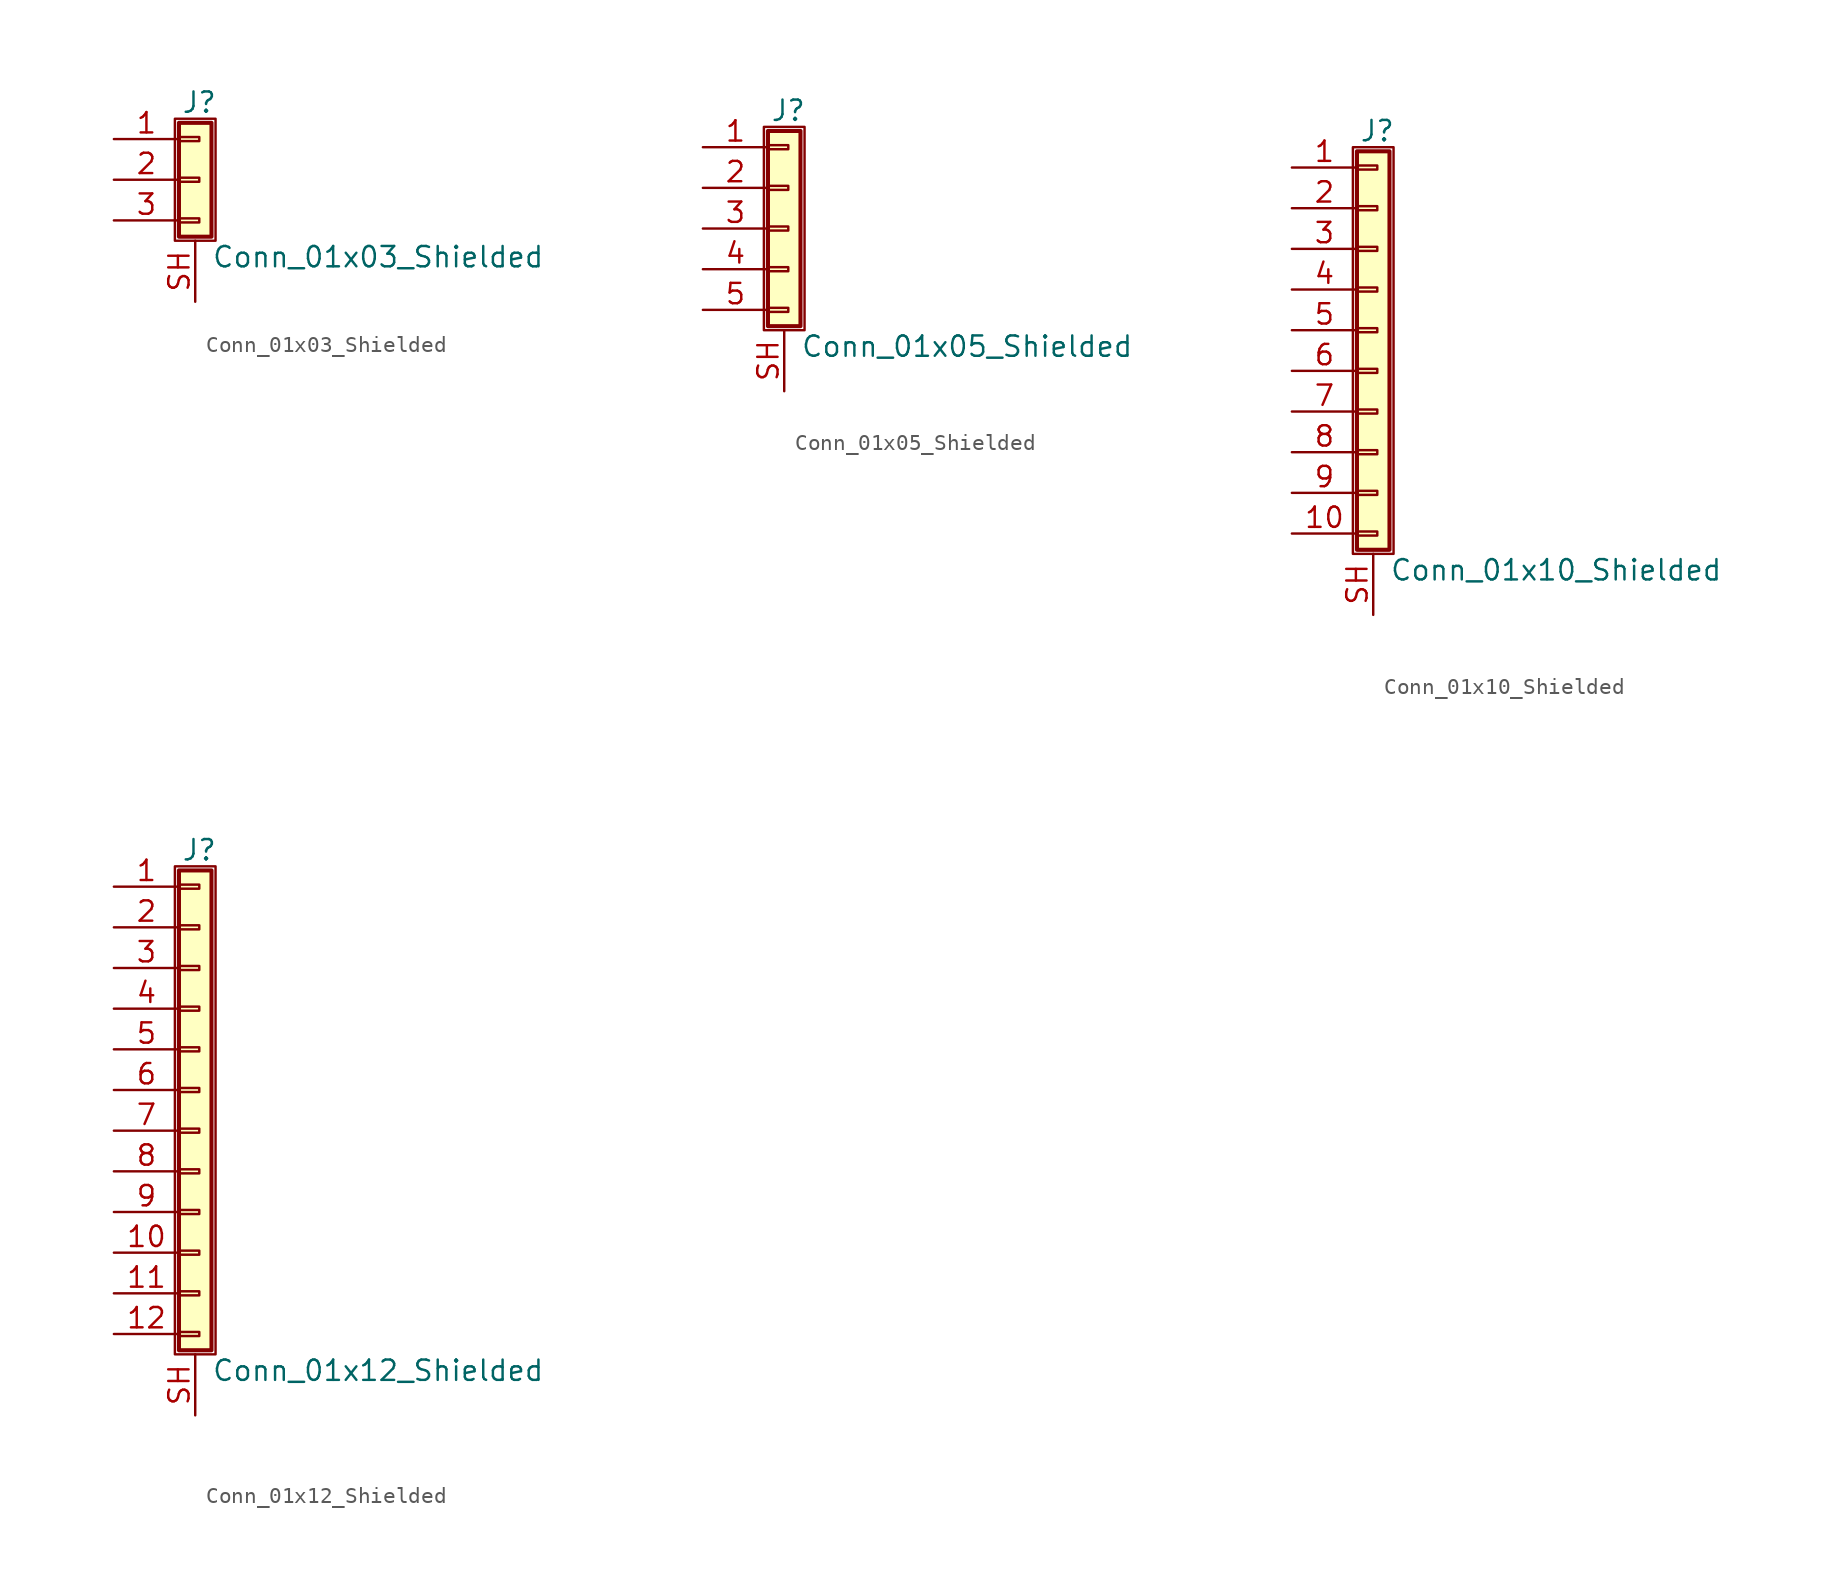
<source format=kicad_sym>
(kicad_symbol_lib
  (version 20220914)
  (generator kicad_symbol_editor)
  (symbol "Conn_01x03_Shielded"
    (pin_names
      (offset 1.016) hide)
    (property "Reference" "J"
      (at 0.254 4.826 0)
      (effects (font (size 1.27 1.27))))
    (property "Value" "Conn_01x03_Shielded"
      (at 1.016 -4.826 0)
      (effects (font (size 1.27 1.27)) (justify left)))
    (symbol "Conn_01x03_Shielded_1_1"
      (rectangle (start -1.27 3.81) (end 1.27 -3.81) (stroke (width 0.152) (type default)) (fill (type none)))
      (rectangle (start -1.016 -2.413) (end 0.254 -2.667) (stroke (width 0.152) (type default)) (fill (type none)))
      (rectangle (start -1.016 0.127) (end 0.254 -0.127) (stroke (width 0.152) (type default)) (fill (type none)))
      (rectangle (start -1.016 2.667) (end 0.254 2.413) (stroke (width 0.152) (type default)) (fill (type none)))
      (rectangle (start -1.016 3.556) (end 1.016 -3.556) (stroke (width 0.254) (type default)) (fill (type background)))
      (pin passive line (at -5.08 2.54 0) (length 4.064) (name "Pin_1" (effects (font (size 1.27 1.27)))) (number "1" (effects (font (size 1.27 1.27)))))
      (pin passive line (at -5.08 0 0) (length 4.064) (name "Pin_2" (effects (font (size 1.27 1.27)))) (number "2" (effects (font (size 1.27 1.27)))))
      (pin passive line (at -5.08 -2.54 0) (length 4.064) (name "Pin_3" (effects (font (size 1.27 1.27)))) (number "3" (effects (font (size 1.27 1.27)))))
      (pin passive line (at 0 -7.62 90) (length 3.81) (name "Shield" (effects (font (size 1.27 1.27)))) (number "SH" (effects (font (size 1.27 1.27)))))))
  (symbol "Conn_01x05_Shielded"
    (pin_names
      (offset 1.016) hide)
    (property "Reference" "J"
      (at 0.254 7.366 0)
      (effects (font (size 1.27 1.27))))
    (property "Value" "Conn_01x05_Shielded"
      (at 1.016 -7.366 0)
      (effects (font (size 1.27 1.27)) (justify left)))
    (symbol "Conn_01x05_Shielded_1_1"
      (rectangle (start -1.27 6.35) (end 1.27 -6.35) (stroke (width 0.152) (type default)) (fill (type none)))
      (rectangle (start -1.016 -4.953) (end 0.254 -5.207) (stroke (width 0.152) (type default)) (fill (type none)))
      (rectangle (start -1.016 -2.413) (end 0.254 -2.667) (stroke (width 0.152) (type default)) (fill (type none)))
      (rectangle (start -1.016 0.127) (end 0.254 -0.127) (stroke (width 0.152) (type default)) (fill (type none)))
      (rectangle (start -1.016 2.667) (end 0.254 2.413) (stroke (width 0.152) (type default)) (fill (type none)))
      (rectangle (start -1.016 5.207) (end 0.254 4.953) (stroke (width 0.152) (type default)) (fill (type none)))
      (rectangle (start -1.016 6.096) (end 1.016 -6.096) (stroke (width 0.254) (type default)) (fill (type background)))
      (pin passive line (at -5.08 5.08 0) (length 4.064) (name "Pin_1" (effects (font (size 1.27 1.27)))) (number "1" (effects (font (size 1.27 1.27)))))
      (pin passive line (at -5.08 2.54 0) (length 4.064) (name "Pin_2" (effects (font (size 1.27 1.27)))) (number "2" (effects (font (size 1.27 1.27)))))
      (pin passive line (at -5.08 0 0) (length 4.064) (name "Pin_3" (effects (font (size 1.27 1.27)))) (number "3" (effects (font (size 1.27 1.27)))))
      (pin passive line (at -5.08 -2.54 0) (length 4.064) (name "Pin_4" (effects (font (size 1.27 1.27)))) (number "4" (effects (font (size 1.27 1.27)))))
      (pin passive line (at -5.08 -5.08 0) (length 4.064) (name "Pin_5" (effects (font (size 1.27 1.27)))) (number "5" (effects (font (size 1.27 1.27)))))
      (pin passive line (at 0 -10.16 90) (length 3.81) (name "Shield" (effects (font (size 1.27 1.27)))) (number "SH" (effects (font (size 1.27 1.27)))))))
  (symbol "Conn_01x10_Shielded"
    (pin_names
      (offset 1.016) hide)
    (property "Reference" "J"
      (at 0.254 12.446 0)
      (effects (font (size 1.27 1.27))))
    (property "Value" "Conn_01x10_Shielded"
      (at 1.016 -14.986 0)
      (effects (font (size 1.27 1.27)) (justify left)))
    (symbol "Conn_01x10_Shielded_1_1"
      (rectangle (start -1.27 11.43) (end 1.27 -13.97) (stroke (width 0.152) (type default)) (fill (type none)))
      (rectangle (start -1.016 -12.573) (end 0.254 -12.827) (stroke (width 0.152) (type default)) (fill (type none)))
      (rectangle (start -1.016 -10.033) (end 0.254 -10.287) (stroke (width 0.152) (type default)) (fill (type none)))
      (rectangle (start -1.016 -7.493) (end 0.254 -7.747) (stroke (width 0.152) (type default)) (fill (type none)))
      (rectangle (start -1.016 -4.953) (end 0.254 -5.207) (stroke (width 0.152) (type default)) (fill (type none)))
      (rectangle (start -1.016 -2.413) (end 0.254 -2.667) (stroke (width 0.152) (type default)) (fill (type none)))
      (rectangle (start -1.016 0.127) (end 0.254 -0.127) (stroke (width 0.152) (type default)) (fill (type none)))
      (rectangle (start -1.016 2.667) (end 0.254 2.413) (stroke (width 0.152) (type default)) (fill (type none)))
      (rectangle (start -1.016 5.207) (end 0.254 4.953) (stroke (width 0.152) (type default)) (fill (type none)))
      (rectangle (start -1.016 7.747) (end 0.254 7.493) (stroke (width 0.152) (type default)) (fill (type none)))
      (rectangle (start -1.016 10.287) (end 0.254 10.033) (stroke (width 0.152) (type default)) (fill (type none)))
      (rectangle (start -1.016 11.176) (end 1.016 -13.716) (stroke (width 0.254) (type default)) (fill (type background)))
      (pin passive line (at -5.08 10.16 0) (length 4.064) (name "Pin_1" (effects (font (size 1.27 1.27)))) (number "1" (effects (font (size 1.27 1.27)))))
      (pin passive line (at -5.08 -12.7 0) (length 4.064) (name "Pin_10" (effects (font (size 1.27 1.27)))) (number "10" (effects (font (size 1.27 1.27)))))
      (pin passive line (at -5.08 7.62 0) (length 4.064) (name "Pin_2" (effects (font (size 1.27 1.27)))) (number "2" (effects (font (size 1.27 1.27)))))
      (pin passive line (at -5.08 5.08 0) (length 4.064) (name "Pin_3" (effects (font (size 1.27 1.27)))) (number "3" (effects (font (size 1.27 1.27)))))
      (pin passive line (at -5.08 2.54 0) (length 4.064) (name "Pin_4" (effects (font (size 1.27 1.27)))) (number "4" (effects (font (size 1.27 1.27)))))
      (pin passive line (at -5.08 0 0) (length 4.064) (name "Pin_5" (effects (font (size 1.27 1.27)))) (number "5" (effects (font (size 1.27 1.27)))))
      (pin passive line (at -5.08 -2.54 0) (length 4.064) (name "Pin_6" (effects (font (size 1.27 1.27)))) (number "6" (effects (font (size 1.27 1.27)))))
      (pin passive line (at -5.08 -5.08 0) (length 4.064) (name "Pin_7" (effects (font (size 1.27 1.27)))) (number "7" (effects (font (size 1.27 1.27)))))
      (pin passive line (at -5.08 -7.62 0) (length 4.064) (name "Pin_8" (effects (font (size 1.27 1.27)))) (number "8" (effects (font (size 1.27 1.27)))))
      (pin passive line (at -5.08 -10.16 0) (length 4.064) (name "Pin_9" (effects (font (size 1.27 1.27)))) (number "9" (effects (font (size 1.27 1.27)))))
      (pin passive line (at 0 -17.78 90) (length 3.81) (name "Shield" (effects (font (size 1.27 1.27)))) (number "SH" (effects (font (size 1.27 1.27)))))))
  (symbol "Conn_01x12_Shielded"
    (pin_names
      (offset 1.016) hide)
    (property "Reference" "J"
      (at 0.254 14.986 0)
      (effects (font (size 1.27 1.27))))
    (property "Value" "Conn_01x12_Shielded"
      (at 1.016 -17.526 0)
      (effects (font (size 1.27 1.27)) (justify left)))
    (symbol "Conn_01x12_Shielded_1_1"
      (rectangle (start -1.27 13.97) (end 1.27 -16.51) (stroke (width 0.152) (type default)) (fill (type none)))
      (rectangle (start -1.016 -15.113) (end 0.254 -15.367) (stroke (width 0.152) (type default)) (fill (type none)))
      (rectangle (start -1.016 -12.573) (end 0.254 -12.827) (stroke (width 0.152) (type default)) (fill (type none)))
      (rectangle (start -1.016 -10.033) (end 0.254 -10.287) (stroke (width 0.152) (type default)) (fill (type none)))
      (rectangle (start -1.016 -7.493) (end 0.254 -7.747) (stroke (width 0.152) (type default)) (fill (type none)))
      (rectangle (start -1.016 -4.953) (end 0.254 -5.207) (stroke (width 0.152) (type default)) (fill (type none)))
      (rectangle (start -1.016 -2.413) (end 0.254 -2.667) (stroke (width 0.152) (type default)) (fill (type none)))
      (rectangle (start -1.016 0.127) (end 0.254 -0.127) (stroke (width 0.152) (type default)) (fill (type none)))
      (rectangle (start -1.016 2.667) (end 0.254 2.413) (stroke (width 0.152) (type default)) (fill (type none)))
      (rectangle (start -1.016 5.207) (end 0.254 4.953) (stroke (width 0.152) (type default)) (fill (type none)))
      (rectangle (start -1.016 7.747) (end 0.254 7.493) (stroke (width 0.152) (type default)) (fill (type none)))
      (rectangle (start -1.016 10.287) (end 0.254 10.033) (stroke (width 0.152) (type default)) (fill (type none)))
      (rectangle (start -1.016 12.827) (end 0.254 12.573) (stroke (width 0.152) (type default)) (fill (type none)))
      (rectangle (start -1.016 13.716) (end 1.016 -16.256) (stroke (width 0.254) (type default)) (fill (type background)))
      (pin passive line (at -5.08 12.7 0) (length 4.064) (name "Pin_1" (effects (font (size 1.27 1.27)))) (number "1" (effects (font (size 1.27 1.27)))))
      (pin passive line (at -5.08 -10.16 0) (length 4.064) (name "Pin_10" (effects (font (size 1.27 1.27)))) (number "10" (effects (font (size 1.27 1.27)))))
      (pin passive line (at -5.08 -12.7 0) (length 4.064) (name "Pin_11" (effects (font (size 1.27 1.27)))) (number "11" (effects (font (size 1.27 1.27)))))
      (pin passive line (at -5.08 -15.24 0) (length 4.064) (name "Pin_12" (effects (font (size 1.27 1.27)))) (number "12" (effects (font (size 1.27 1.27)))))
      (pin passive line (at -5.08 10.16 0) (length 4.064) (name "Pin_2" (effects (font (size 1.27 1.27)))) (number "2" (effects (font (size 1.27 1.27)))))
      (pin passive line (at -5.08 7.62 0) (length 4.064) (name "Pin_3" (effects (font (size 1.27 1.27)))) (number "3" (effects (font (size 1.27 1.27)))))
      (pin passive line (at -5.08 5.08 0) (length 4.064) (name "Pin_4" (effects (font (size 1.27 1.27)))) (number "4" (effects (font (size 1.27 1.27)))))
      (pin passive line (at -5.08 2.54 0) (length 4.064) (name "Pin_5" (effects (font (size 1.27 1.27)))) (number "5" (effects (font (size 1.27 1.27)))))
      (pin passive line (at -5.08 0 0) (length 4.064) (name "Pin_6" (effects (font (size 1.27 1.27)))) (number "6" (effects (font (size 1.27 1.27)))))
      (pin passive line (at -5.08 -2.54 0) (length 4.064) (name "Pin_7" (effects (font (size 1.27 1.27)))) (number "7" (effects (font (size 1.27 1.27)))))
      (pin passive line (at -5.08 -5.08 0) (length 4.064) (name "Pin_8" (effects (font (size 1.27 1.27)))) (number "8" (effects (font (size 1.27 1.27)))))
      (pin passive line (at -5.08 -7.62 0) (length 4.064) (name "Pin_9" (effects (font (size 1.27 1.27)))) (number "9" (effects (font (size 1.27 1.27)))))
      (pin passive line (at 0 -20.32 90) (length 3.81) (name "Shield" (effects (font (size 1.27 1.27)))) (number "SH" (effects (font (size 1.27 1.27))))))))
</source>
